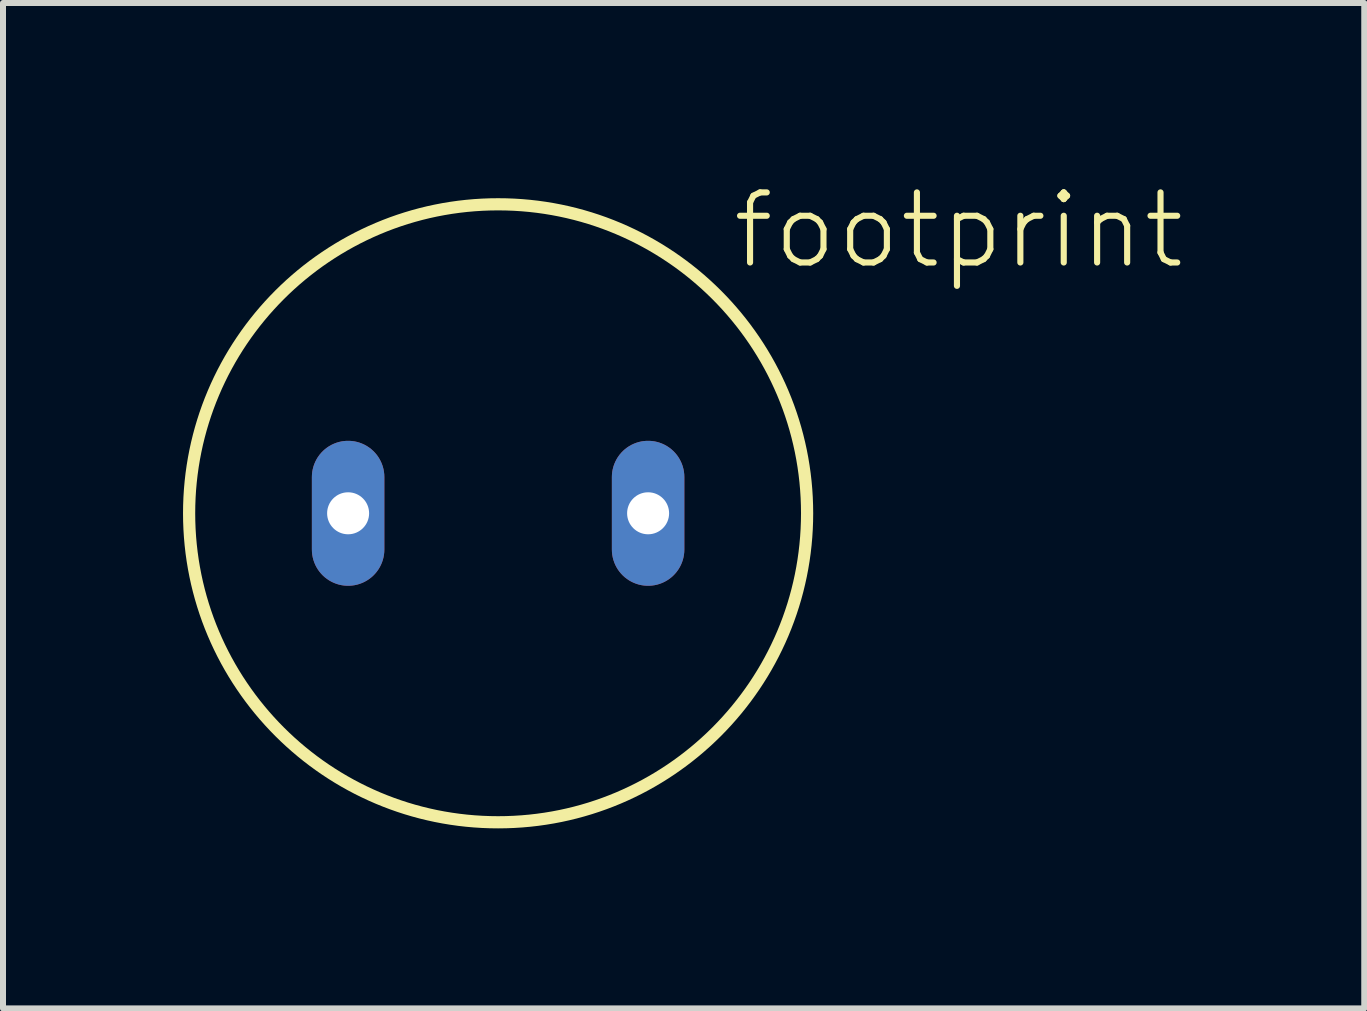
<source format=kicad_pcb>
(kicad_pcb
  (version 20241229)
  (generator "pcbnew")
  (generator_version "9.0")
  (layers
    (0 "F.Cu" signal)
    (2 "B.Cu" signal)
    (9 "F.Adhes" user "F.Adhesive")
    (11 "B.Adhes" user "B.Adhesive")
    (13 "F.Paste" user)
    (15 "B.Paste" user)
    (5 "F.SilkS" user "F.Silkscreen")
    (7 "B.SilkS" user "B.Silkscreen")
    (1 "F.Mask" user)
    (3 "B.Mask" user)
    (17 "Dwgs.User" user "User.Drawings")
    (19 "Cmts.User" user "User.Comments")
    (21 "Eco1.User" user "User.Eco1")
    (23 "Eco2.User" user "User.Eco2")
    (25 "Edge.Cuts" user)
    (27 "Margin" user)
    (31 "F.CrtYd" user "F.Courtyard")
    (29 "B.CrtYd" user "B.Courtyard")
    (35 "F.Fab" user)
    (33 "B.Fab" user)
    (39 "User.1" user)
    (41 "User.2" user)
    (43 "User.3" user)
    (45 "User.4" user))
  (footprint "footprint"
    (layer "F.Cu")
    (at 5.252 5.505)
    (property "Reference" "footprint" (at 3.854 -4.032 0) (layer "F.SilkS") (effects (font (size 1.168 1.168) (thickness 0.102)) (justify left bottom)))
    (fp_circle (center 0 0) (end 5.15 0) (stroke (width 0.203) (type solid)) (fill no) (layer "F.SilkS"))
    (pad "1" thru_hole oval (at -2.5 0 90) (size 2.416 1.208) (drill 0.7) (layers "*.Cu" "*.Mask"))
    (pad "2" thru_hole oval (at 2.5 0 90) (size 2.416 1.208) (drill 0.7) (layers "*.Cu" "*.Mask")))
  (gr_rect
    (start -3 -3)
    (end 19.688 13.757)
    (stroke (width 0.1) (type default))
    (fill no)
    (layer "Edge.Cuts")))
</source>
